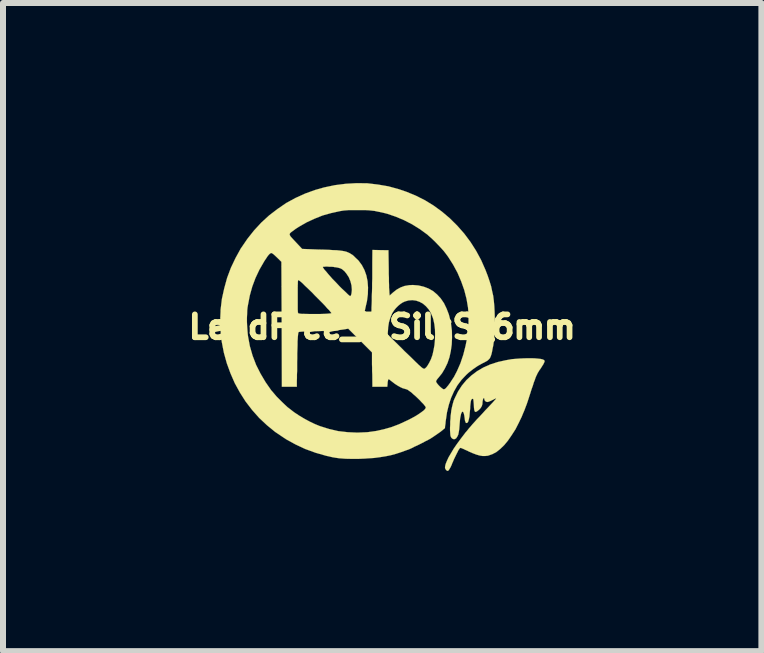
<source format=kicad_pcb>
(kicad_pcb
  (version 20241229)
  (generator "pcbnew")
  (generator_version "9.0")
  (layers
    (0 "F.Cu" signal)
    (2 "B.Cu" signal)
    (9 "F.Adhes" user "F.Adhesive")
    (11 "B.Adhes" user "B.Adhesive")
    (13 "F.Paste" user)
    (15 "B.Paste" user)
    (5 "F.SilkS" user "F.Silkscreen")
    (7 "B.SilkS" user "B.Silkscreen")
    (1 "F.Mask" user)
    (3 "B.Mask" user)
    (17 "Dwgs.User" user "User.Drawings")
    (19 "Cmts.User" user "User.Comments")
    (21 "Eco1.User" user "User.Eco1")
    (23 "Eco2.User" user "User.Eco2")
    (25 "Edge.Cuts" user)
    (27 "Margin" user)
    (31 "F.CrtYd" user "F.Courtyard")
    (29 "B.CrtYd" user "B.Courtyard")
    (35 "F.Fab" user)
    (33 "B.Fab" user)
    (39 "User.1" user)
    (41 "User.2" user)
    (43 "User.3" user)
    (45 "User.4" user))
  (footprint "LeadFree_F.SilkS_6mm"
    (layer "F.Cu")
    (at 3.316 2.396)
    (property "Reference" "LeadFree_F.SilkS_6mm" (at 0 0 0) (layer "F.SilkS") (effects (font (size 0.381 0.381) (thickness 0.127))))
    (attr through_hole)
    (fp_poly (pts (xy 2.705 0.577) (xy 2.697 0.594) (xy 2.685 0.62) (xy 2.664 0.653) (xy 2.637 0.696) (xy 2.619 0.719) (xy 2.606 0.742) (xy 2.591 0.765) (xy 2.581 0.787) (xy 2.568 0.813) (xy 2.555 0.843) (xy 2.543 0.879) (xy 2.525 0.925) (xy 2.51 0.975) (xy 2.487 1.039) (xy 2.464 1.113) (xy 2.459 1.128) (xy 2.433 1.209) (xy 2.41 1.278) (xy 2.388 1.336) (xy 2.367 1.392) (xy 2.344 1.445) (xy 2.322 1.499) (xy 2.296 1.552) (xy 2.278 1.59) (xy 2.22 1.704) (xy 2.156 1.803) (xy 2.095 1.892) (xy 2.032 1.968) (xy 1.966 2.032) (xy 1.902 2.083) (xy 1.836 2.118) (xy 1.77 2.141) (xy 1.763 2.144) (xy 1.717 2.149) (xy 1.671 2.149) (xy 1.623 2.141) (xy 1.57 2.126) (xy 1.509 2.103) (xy 1.44 2.073) (xy 1.42 2.062) (xy 1.384 2.047) (xy 1.354 2.032) (xy 1.328 2.022) (xy 1.311 2.014) (xy 1.306 2.014) (xy 1.295 2.019) (xy 1.283 2.032) (xy 1.283 2.035) (xy 1.27 2.052) (xy 1.255 2.083) (xy 1.237 2.118) (xy 1.217 2.159) (xy 1.196 2.202) (xy 1.179 2.243) (xy 1.163 2.278) (xy 1.158 2.294) (xy 1.138 2.337) (xy 1.12 2.367) (xy 1.105 2.39) (xy 1.09 2.398) (xy 1.079 2.393) (xy 1.064 2.383) (xy 1.064 2.38) (xy 1.052 2.365) (xy 1.046 2.344) (xy 1.049 2.316) (xy 1.057 2.283) (xy 1.077 2.233) (xy 1.105 2.172) (xy 1.146 2.103) (xy 1.191 2.027) (xy 1.247 1.946) (xy 1.311 1.859) (xy 1.379 1.77) (xy 1.382 1.765) (xy 1.415 1.727) (xy 1.445 1.689) (xy 1.476 1.654) (xy 1.506 1.618) (xy 1.539 1.582) (xy 1.577 1.539) (xy 1.621 1.494) (xy 1.671 1.44) (xy 1.714 1.392) (xy 1.765 1.339) (xy 1.806 1.295) (xy 1.839 1.26) (xy 1.862 1.234) (xy 1.88 1.214) (xy 1.892 1.201) (xy 1.897 1.191) (xy 1.897 1.189) (xy 1.89 1.191) (xy 1.872 1.199) (xy 1.847 1.212) (xy 1.836 1.217) (xy 1.801 1.234) (xy 1.773 1.245) (xy 1.753 1.25) (xy 1.737 1.247) (xy 1.722 1.24) (xy 1.72 1.237) (xy 1.704 1.219) (xy 1.702 1.201) (xy 1.699 1.189) (xy 1.694 1.181) (xy 1.687 1.189) (xy 1.679 1.204) (xy 1.674 1.229) (xy 1.671 1.247) (xy 1.669 1.285) (xy 1.659 1.318) (xy 1.641 1.349) (xy 1.615 1.377) (xy 1.587 1.4) (xy 1.567 1.412) (xy 1.552 1.415) (xy 1.542 1.407) (xy 1.534 1.384) (xy 1.529 1.349) (xy 1.527 1.308) (xy 1.524 1.265) (xy 1.521 1.234) (xy 1.519 1.214) (xy 1.516 1.201) (xy 1.511 1.196) (xy 1.506 1.196) (xy 1.494 1.201) (xy 1.483 1.214) (xy 1.476 1.24) (xy 1.471 1.278) (xy 1.466 1.326) (xy 1.466 1.351) (xy 1.458 1.427) (xy 1.453 1.491) (xy 1.443 1.539) (xy 1.433 1.575) (xy 1.42 1.595) (xy 1.405 1.6) (xy 1.394 1.598) (xy 1.387 1.582) (xy 1.379 1.56) (xy 1.374 1.521) (xy 1.367 1.473) (xy 1.359 1.44) (xy 1.349 1.417) (xy 1.341 1.41) (xy 1.331 1.415) (xy 1.321 1.43) (xy 1.313 1.45) (xy 1.306 1.483) (xy 1.298 1.524) (xy 1.293 1.575) (xy 1.288 1.638) (xy 1.283 1.702) (xy 1.275 1.753) (xy 1.267 1.793) (xy 1.252 1.824) (xy 1.237 1.847) (xy 1.234 1.852) (xy 1.212 1.867) (xy 1.189 1.869) (xy 1.166 1.859) (xy 1.148 1.839) (xy 1.138 1.814) (xy 1.135 1.793) (xy 1.133 1.763) (xy 1.13 1.722) (xy 1.13 1.676) (xy 1.133 1.626) (xy 1.133 1.575) (xy 1.138 1.524) (xy 1.14 1.478) (xy 1.143 1.463) (xy 1.151 1.392) (xy 1.163 1.333) (xy 1.176 1.28) (xy 1.191 1.227) (xy 1.209 1.186) (xy 1.262 1.077) (xy 1.328 0.975) (xy 1.402 0.886) (xy 1.486 0.808) (xy 1.58 0.737) (xy 1.684 0.676) (xy 1.798 0.625) (xy 1.925 0.584) (xy 2.06 0.554) (xy 2.162 0.536) (xy 2.225 0.531) (xy 2.289 0.526) (xy 2.355 0.523) (xy 2.423 0.521) (xy 2.487 0.521) (xy 2.545 0.523) (xy 2.598 0.528) (xy 2.642 0.533) (xy 2.675 0.541) (xy 2.68 0.544) (xy 2.695 0.551) (xy 2.703 0.561) (xy 2.705 0.577)) (stroke (width 0.003) (type solid)) (fill yes) (layer "F.SilkS"))
    (fp_poly (pts (xy 1.875 -0.107) (xy 1.875 -0.015) (xy 1.872 0.061) (xy 1.869 0.132) (xy 1.864 0.196) (xy 1.857 0.254) (xy 1.849 0.312) (xy 1.839 0.358) (xy 1.829 0.414) (xy 1.819 0.457) (xy 1.806 0.493) (xy 1.793 0.521) (xy 1.775 0.541) (xy 1.753 0.561) (xy 1.722 0.579) (xy 1.684 0.599) (xy 1.676 0.602) (xy 1.59 0.65) (xy 1.516 0.701) (xy 1.448 0.754) (xy 1.438 0.762) (xy 1.438 -0.119) (xy 1.438 -0.178) (xy 1.435 -0.231) (xy 1.433 -0.279) (xy 1.43 -0.315) (xy 1.43 -0.32) (xy 1.405 -0.467) (xy 1.367 -0.615) (xy 1.316 -0.759) (xy 1.255 -0.902) (xy 1.181 -1.039) (xy 1.097 -1.171) (xy 1.059 -1.222) (xy 1.024 -1.267) (xy 0.98 -1.316) (xy 0.93 -1.369) (xy 0.879 -1.422) (xy 0.826 -1.473) (xy 0.777 -1.516) (xy 0.752 -1.539) (xy 0.63 -1.628) (xy 0.5 -1.709) (xy 0.366 -1.778) (xy 0.229 -1.836) (xy 0.086 -1.885) (xy 0.028 -1.9) (xy -0.03 -1.913) (xy -0.081 -1.923) (xy -0.127 -1.933) (xy -0.173 -1.938) (xy -0.218 -1.943) (xy -0.272 -1.946) (xy -0.33 -1.946) (xy -0.401 -1.946) (xy -0.411 -1.946) (xy -0.475 -1.946) (xy -0.523 -1.946) (xy -0.564 -1.946) (xy -0.597 -1.943) (xy -0.625 -1.941) (xy -0.653 -1.938) (xy -0.681 -1.933) (xy -0.701 -1.93) (xy -0.851 -1.897) (xy -0.993 -1.857) (xy -1.128 -1.803) (xy -1.26 -1.742) (xy -1.392 -1.666) (xy -1.443 -1.633) (xy -1.473 -1.61) (xy -1.501 -1.59) (xy -1.521 -1.575) (xy -1.534 -1.562) (xy -1.542 -1.547) (xy -1.542 -1.537) (xy -1.534 -1.521) (xy -1.527 -1.509) (xy -1.509 -1.488) (xy -1.486 -1.463) (xy -1.458 -1.433) (xy -1.427 -1.4) (xy -1.333 -1.3) (xy -1.074 -1.29) (xy -0.978 -1.288) (xy -0.894 -1.285) (xy -0.82 -1.28) (xy -0.759 -1.278) (xy -0.709 -1.273) (xy -0.663 -1.267) (xy -0.625 -1.26) (xy -0.594 -1.252) (xy -0.566 -1.24) (xy -0.541 -1.229) (xy -0.518 -1.214) (xy -0.493 -1.199) (xy -0.47 -1.179) (xy -0.46 -1.168) (xy -0.394 -1.105) (xy -0.338 -1.029) (xy -0.295 -0.947) (xy -0.264 -0.859) (xy -0.244 -0.762) (xy -0.236 -0.658) (xy -0.239 -0.546) (xy -0.254 -0.429) (xy -0.274 -0.343) (xy -0.29 -0.269) (xy -0.272 -0.244) (xy -0.257 -0.226) (xy -0.239 -0.208) (xy -0.218 -0.191) (xy -0.201 -0.18) (xy -0.193 -0.178) (xy -0.188 -0.185) (xy -0.183 -0.201) (xy -0.183 -0.203) (xy -0.18 -0.216) (xy -0.18 -0.241) (xy -0.178 -0.279) (xy -0.178 -0.325) (xy -0.175 -0.381) (xy -0.173 -0.442) (xy -0.173 -0.511) (xy -0.17 -0.582) (xy -0.168 -0.655) (xy -0.168 -0.729) (xy -0.165 -0.805) (xy -0.165 -0.876) (xy -0.165 -0.945) (xy -0.165 -1.008) (xy -0.165 -1.067) (xy -0.165 -1.077) (xy -0.163 -1.283) (xy -0.03 -1.28) (xy 0.104 -1.278) (xy 0.109 -0.955) (xy 0.109 -0.884) (xy 0.112 -0.818) (xy 0.112 -0.757) (xy 0.114 -0.701) (xy 0.114 -0.653) (xy 0.117 -0.615) (xy 0.119 -0.589) (xy 0.119 -0.577) (xy 0.124 -0.523) (xy 0.18 -0.574) (xy 0.241 -0.622) (xy 0.305 -0.658) (xy 0.373 -0.683) (xy 0.45 -0.696) (xy 0.511 -0.699) (xy 0.605 -0.691) (xy 0.691 -0.671) (xy 0.772 -0.64) (xy 0.848 -0.597) (xy 0.914 -0.541) (xy 0.975 -0.475) (xy 1.029 -0.396) (xy 1.072 -0.307) (xy 1.11 -0.208) (xy 1.138 -0.099) (xy 1.146 -0.053) (xy 1.161 0.064) (xy 1.163 0.178) (xy 1.158 0.29) (xy 1.143 0.399) (xy 1.12 0.505) (xy 1.087 0.602) (xy 1.044 0.691) (xy 0.996 0.772) (xy 0.975 0.798) (xy 0.947 0.833) (xy 0.925 0.859) (xy 0.912 0.876) (xy 0.904 0.889) (xy 0.899 0.899) (xy 0.897 0.904) (xy 0.899 0.912) (xy 0.899 0.914) (xy 0.907 0.93) (xy 0.922 0.95) (xy 0.942 0.973) (xy 0.965 0.996) (xy 0.988 1.016) (xy 1.008 1.031) (xy 1.024 1.039) (xy 1.026 1.039) (xy 1.041 1.034) (xy 1.062 1.019) (xy 1.072 1.006) (xy 1.1 0.973) (xy 1.13 0.932) (xy 1.163 0.881) (xy 1.196 0.831) (xy 1.224 0.777) (xy 1.245 0.737) (xy 1.303 0.605) (xy 1.351 0.462) (xy 1.389 0.312) (xy 1.42 0.157) (xy 1.43 0.074) (xy 1.433 0.038) (xy 1.435 -0.01) (xy 1.438 -0.064) (xy 1.438 -0.119) (xy 1.438 0.762) (xy 1.397 0.8) (xy 1.321 0.881) (xy 1.252 0.973) (xy 1.196 1.072) (xy 1.148 1.179) (xy 1.11 1.295) (xy 1.079 1.422) (xy 1.059 1.56) (xy 1.057 1.572) (xy 1.054 1.61) (xy 1.049 1.641) (xy 1.046 1.666) (xy 1.046 1.679) (xy 1.046 1.681) (xy 1.041 1.689) (xy 1.024 1.702) (xy 1.001 1.722) (xy 0.968 1.748) (xy 0.932 1.773) (xy 0.892 1.801) (xy 0.881 1.808) (xy 0.881 0.124) (xy 0.879 0.038) (xy 0.869 -0.046) (xy 0.853 -0.122) (xy 0.843 -0.155) (xy 0.813 -0.229) (xy 0.775 -0.292) (xy 0.729 -0.345) (xy 0.678 -0.389) (xy 0.622 -0.419) (xy 0.564 -0.439) (xy 0.503 -0.447) (xy 0.439 -0.442) (xy 0.376 -0.424) (xy 0.338 -0.406) (xy 0.305 -0.384) (xy 0.267 -0.353) (xy 0.229 -0.315) (xy 0.196 -0.274) (xy 0.17 -0.234) (xy 0.163 -0.221) (xy 0.135 -0.152) (xy 0.112 -0.076) (xy 0.099 0.008) (xy 0.097 0.046) (xy 0.091 0.124) (xy 0.323 0.353) (xy 0.373 0.404) (xy 0.424 0.452) (xy 0.472 0.498) (xy 0.516 0.541) (xy 0.554 0.579) (xy 0.587 0.61) (xy 0.612 0.635) (xy 0.625 0.645) (xy 0.653 0.671) (xy 0.676 0.688) (xy 0.693 0.696) (xy 0.706 0.696) (xy 0.719 0.686) (xy 0.737 0.668) (xy 0.749 0.653) (xy 0.782 0.599) (xy 0.813 0.536) (xy 0.838 0.465) (xy 0.856 0.384) (xy 0.871 0.3) (xy 0.879 0.211) (xy 0.881 0.124) (xy 0.881 1.808) (xy 0.851 1.829) (xy 0.823 1.847) (xy 0.79 1.867) (xy 0.749 1.89) (xy 0.726 1.9) (xy 0.726 1.341) (xy 0.721 1.328) (xy 0.706 1.308) (xy 0.686 1.283) (xy 0.655 1.252) (xy 0.625 1.219) (xy 0.589 1.184) (xy 0.551 1.148) (xy 0.521 1.123) (xy 0.488 1.092) (xy 0.46 1.072) (xy 0.439 1.057) (xy 0.424 1.046) (xy 0.406 1.039) (xy 0.389 1.034) (xy 0.381 1.031) (xy 0.343 1.021) (xy 0.3 1.001) (xy 0.254 0.975) (xy 0.208 0.945) (xy 0.168 0.914) (xy 0.142 0.894) (xy 0.124 0.879) (xy 0.109 0.871) (xy 0.107 0.869) (xy 0.102 0.874) (xy 0.097 0.889) (xy 0.091 0.917) (xy 0.089 0.953) (xy 0.084 0.996) (xy -0.038 0.996) (xy -0.163 0.996) (xy -0.165 0.792) (xy -0.168 0.734) (xy -0.168 0.678) (xy -0.17 0.622) (xy -0.17 0.574) (xy -0.17 0.533) (xy -0.17 0.505) (xy -0.17 0.424) (xy -0.368 0.226) (xy -0.505 0.089) (xy -0.505 -0.62) (xy -0.511 -0.691) (xy -0.528 -0.759) (xy -0.556 -0.828) (xy -0.594 -0.886) (xy -0.627 -0.927) (xy -0.65 -0.947) (xy -0.673 -0.965) (xy -0.701 -0.978) (xy -0.737 -0.988) (xy -0.78 -0.996) (xy -0.79 -0.996) (xy -0.813 -1.001) (xy -0.843 -1.003) (xy -0.879 -1.003) (xy -0.912 -1.006) (xy -0.942 -1.006) (xy -0.968 -1.003) (xy -0.983 -1.003) (xy -0.988 -1.001) (xy -0.988 -0.993) (xy -0.978 -0.978) (xy -0.963 -0.955) (xy -0.935 -0.925) (xy -0.899 -0.881) (xy -0.861 -0.838) (xy -0.828 -0.8) (xy -0.79 -0.762) (xy -0.749 -0.719) (xy -0.711 -0.678) (xy -0.673 -0.64) (xy -0.635 -0.605) (xy -0.602 -0.574) (xy -0.574 -0.546) (xy -0.554 -0.528) (xy -0.538 -0.516) (xy -0.533 -0.513) (xy -0.523 -0.523) (xy -0.516 -0.538) (xy -0.516 -0.541) (xy -0.511 -0.561) (xy -0.508 -0.589) (xy -0.505 -0.62) (xy -0.505 0.089) (xy -0.566 0.028) (xy -0.622 0.038) (xy -0.655 0.043) (xy -0.691 0.048) (xy -0.732 0.053) (xy -0.777 0.058) (xy -0.833 0.061) (xy -0.846 0.061) (xy -0.846 -0.231) (xy -0.851 -0.239) (xy -0.866 -0.257) (xy -0.886 -0.282) (xy -0.917 -0.312) (xy -0.95 -0.351) (xy -0.988 -0.391) (xy -1.031 -0.434) (xy -1.077 -0.48) (xy -1.123 -0.526) (xy -1.166 -0.572) (xy -1.189 -0.594) (xy -1.245 -0.648) (xy -1.288 -0.688) (xy -1.323 -0.724) (xy -1.351 -0.749) (xy -1.374 -0.767) (xy -1.389 -0.777) (xy -1.397 -0.78) (xy -1.4 -0.78) (xy -1.402 -0.772) (xy -1.405 -0.749) (xy -1.405 -0.719) (xy -1.407 -0.681) (xy -1.407 -0.632) (xy -1.407 -0.582) (xy -1.407 -0.528) (xy -1.407 -0.475) (xy -1.407 -0.422) (xy -1.407 -0.373) (xy -1.407 -0.328) (xy -1.407 -0.29) (xy -1.405 -0.262) (xy -1.405 -0.244) (xy -1.402 -0.241) (xy -1.4 -0.231) (xy -1.394 -0.226) (xy -1.382 -0.224) (xy -1.367 -0.221) (xy -1.336 -0.218) (xy -1.326 -0.218) (xy -1.219 -0.216) (xy -1.12 -0.216) (xy -1.031 -0.216) (xy -0.96 -0.218) (xy -0.912 -0.221) (xy -0.879 -0.224) (xy -0.859 -0.226) (xy -0.848 -0.229) (xy -0.846 -0.231) (xy -0.846 0.061) (xy -0.899 0.064) (xy -0.975 0.066) (xy -1.062 0.069) (xy -1.115 0.071) (xy -1.196 0.071) (xy -1.262 0.074) (xy -1.316 0.076) (xy -1.354 0.079) (xy -1.379 0.081) (xy -1.389 0.084) (xy -1.394 0.089) (xy -1.397 0.099) (xy -1.4 0.114) (xy -1.402 0.135) (xy -1.405 0.163) (xy -1.407 0.198) (xy -1.41 0.241) (xy -1.41 0.295) (xy -1.412 0.361) (xy -1.415 0.437) (xy -1.415 0.526) (xy -1.417 0.584) (xy -1.417 0.658) (xy -1.417 0.729) (xy -1.42 0.795) (xy -1.42 0.851) (xy -1.422 0.902) (xy -1.422 0.942) (xy -1.422 0.973) (xy -1.422 0.991) (xy -1.422 0.996) (xy -1.43 0.996) (xy -1.448 0.996) (xy -1.478 0.996) (xy -1.514 0.996) (xy -1.547 0.996) (xy -1.671 0.996) (xy -1.674 -0.043) (xy -1.679 -1.085) (xy -1.753 -1.158) (xy -1.788 -1.191) (xy -1.814 -1.214) (xy -1.834 -1.227) (xy -1.844 -1.232) (xy -1.862 -1.227) (xy -1.88 -1.212) (xy -1.905 -1.184) (xy -1.93 -1.146) (xy -1.963 -1.097) (xy -1.966 -1.092) (xy -2.045 -0.955) (xy -2.111 -0.815) (xy -2.164 -0.673) (xy -2.205 -0.526) (xy -2.235 -0.371) (xy -2.243 -0.325) (xy -2.248 -0.277) (xy -2.25 -0.218) (xy -2.253 -0.155) (xy -2.253 -0.084) (xy -2.25 -0.015) (xy -2.245 0.051) (xy -2.24 0.112) (xy -2.235 0.155) (xy -2.205 0.318) (xy -2.159 0.478) (xy -2.101 0.63) (xy -2.027 0.777) (xy -1.943 0.919) (xy -1.847 1.057) (xy -1.831 1.074) (xy -1.798 1.113) (xy -1.76 1.158) (xy -1.714 1.204) (xy -1.666 1.252) (xy -1.621 1.295) (xy -1.577 1.336) (xy -1.544 1.361) (xy -1.468 1.42) (xy -1.384 1.476) (xy -1.295 1.529) (xy -1.206 1.577) (xy -1.12 1.618) (xy -1.039 1.651) (xy -0.886 1.699) (xy -0.732 1.735) (xy -0.574 1.753) (xy -0.414 1.76) (xy -0.251 1.753) (xy -0.224 1.75) (xy -0.097 1.732) (xy 0.028 1.704) (xy 0.152 1.669) (xy 0.279 1.621) (xy 0.411 1.56) (xy 0.445 1.544) (xy 0.511 1.509) (xy 0.569 1.476) (xy 0.62 1.443) (xy 0.663 1.412) (xy 0.696 1.387) (xy 0.716 1.364) (xy 0.726 1.344) (xy 0.726 1.341) (xy 0.726 1.9) (xy 0.699 1.915) (xy 0.645 1.943) (xy 0.589 1.971) (xy 0.533 1.996) (xy 0.483 2.022) (xy 0.437 2.042) (xy 0.406 2.052) (xy 0.315 2.085) (xy 0.229 2.113) (xy 0.145 2.136) (xy 0.056 2.154) (xy -0.038 2.169) (xy -0.137 2.182) (xy -0.249 2.189) (xy -0.284 2.192) (xy -0.399 2.197) (xy -0.505 2.197) (xy -0.605 2.195) (xy -0.648 2.192) (xy -0.714 2.187) (xy -0.772 2.179) (xy -0.831 2.169) (xy -0.894 2.154) (xy -0.932 2.146) (xy -1.11 2.095) (xy -1.283 2.032) (xy -1.445 1.956) (xy -1.603 1.869) (xy -1.75 1.77) (xy -1.783 1.748) (xy -1.92 1.636) (xy -2.05 1.514) (xy -2.167 1.382) (xy -2.276 1.24) (xy -2.37 1.092) (xy -2.456 0.935) (xy -2.527 0.772) (xy -2.588 0.605) (xy -2.637 0.429) (xy -2.672 0.249) (xy -2.68 0.198) (xy -2.685 0.147) (xy -2.69 0.086) (xy -2.692 0.018) (xy -2.695 -0.053) (xy -2.697 -0.127) (xy -2.695 -0.193) (xy -2.692 -0.254) (xy -2.692 -0.284) (xy -2.67 -0.467) (xy -2.631 -0.643) (xy -2.583 -0.818) (xy -2.52 -0.986) (xy -2.443 -1.148) (xy -2.355 -1.308) (xy -2.349 -1.316) (xy -2.245 -1.468) (xy -2.134 -1.608) (xy -2.012 -1.74) (xy -1.882 -1.859) (xy -1.742 -1.966) (xy -1.598 -2.065) (xy -1.443 -2.149) (xy -1.28 -2.223) (xy -1.113 -2.283) (xy -0.968 -2.324) (xy -0.787 -2.362) (xy -0.605 -2.385) (xy -0.427 -2.395) (xy -0.249 -2.393) (xy -0.071 -2.372) (xy 0.104 -2.342) (xy 0.279 -2.294) (xy 0.399 -2.253) (xy 0.556 -2.189) (xy 0.711 -2.111) (xy 0.856 -2.022) (xy 0.996 -1.92) (xy 1.128 -1.808) (xy 1.25 -1.687) (xy 1.367 -1.554) (xy 1.471 -1.415) (xy 1.565 -1.267) (xy 1.648 -1.113) (xy 1.72 -0.95) (xy 1.758 -0.851) (xy 1.788 -0.762) (xy 1.814 -0.678) (xy 1.831 -0.597) (xy 1.849 -0.518) (xy 1.859 -0.437) (xy 1.867 -0.351) (xy 1.872 -0.254) (xy 1.875 -0.15) (xy 1.875 -0.107)) (stroke (width 0.003) (type solid)) (fill yes) (layer "F.SilkS")))
  (gr_rect
    (start -3 -3)
    (end 9.632 7.796)
    (stroke (width 0.1) (type default))
    (fill no)
    (layer "Edge.Cuts")))
</source>
